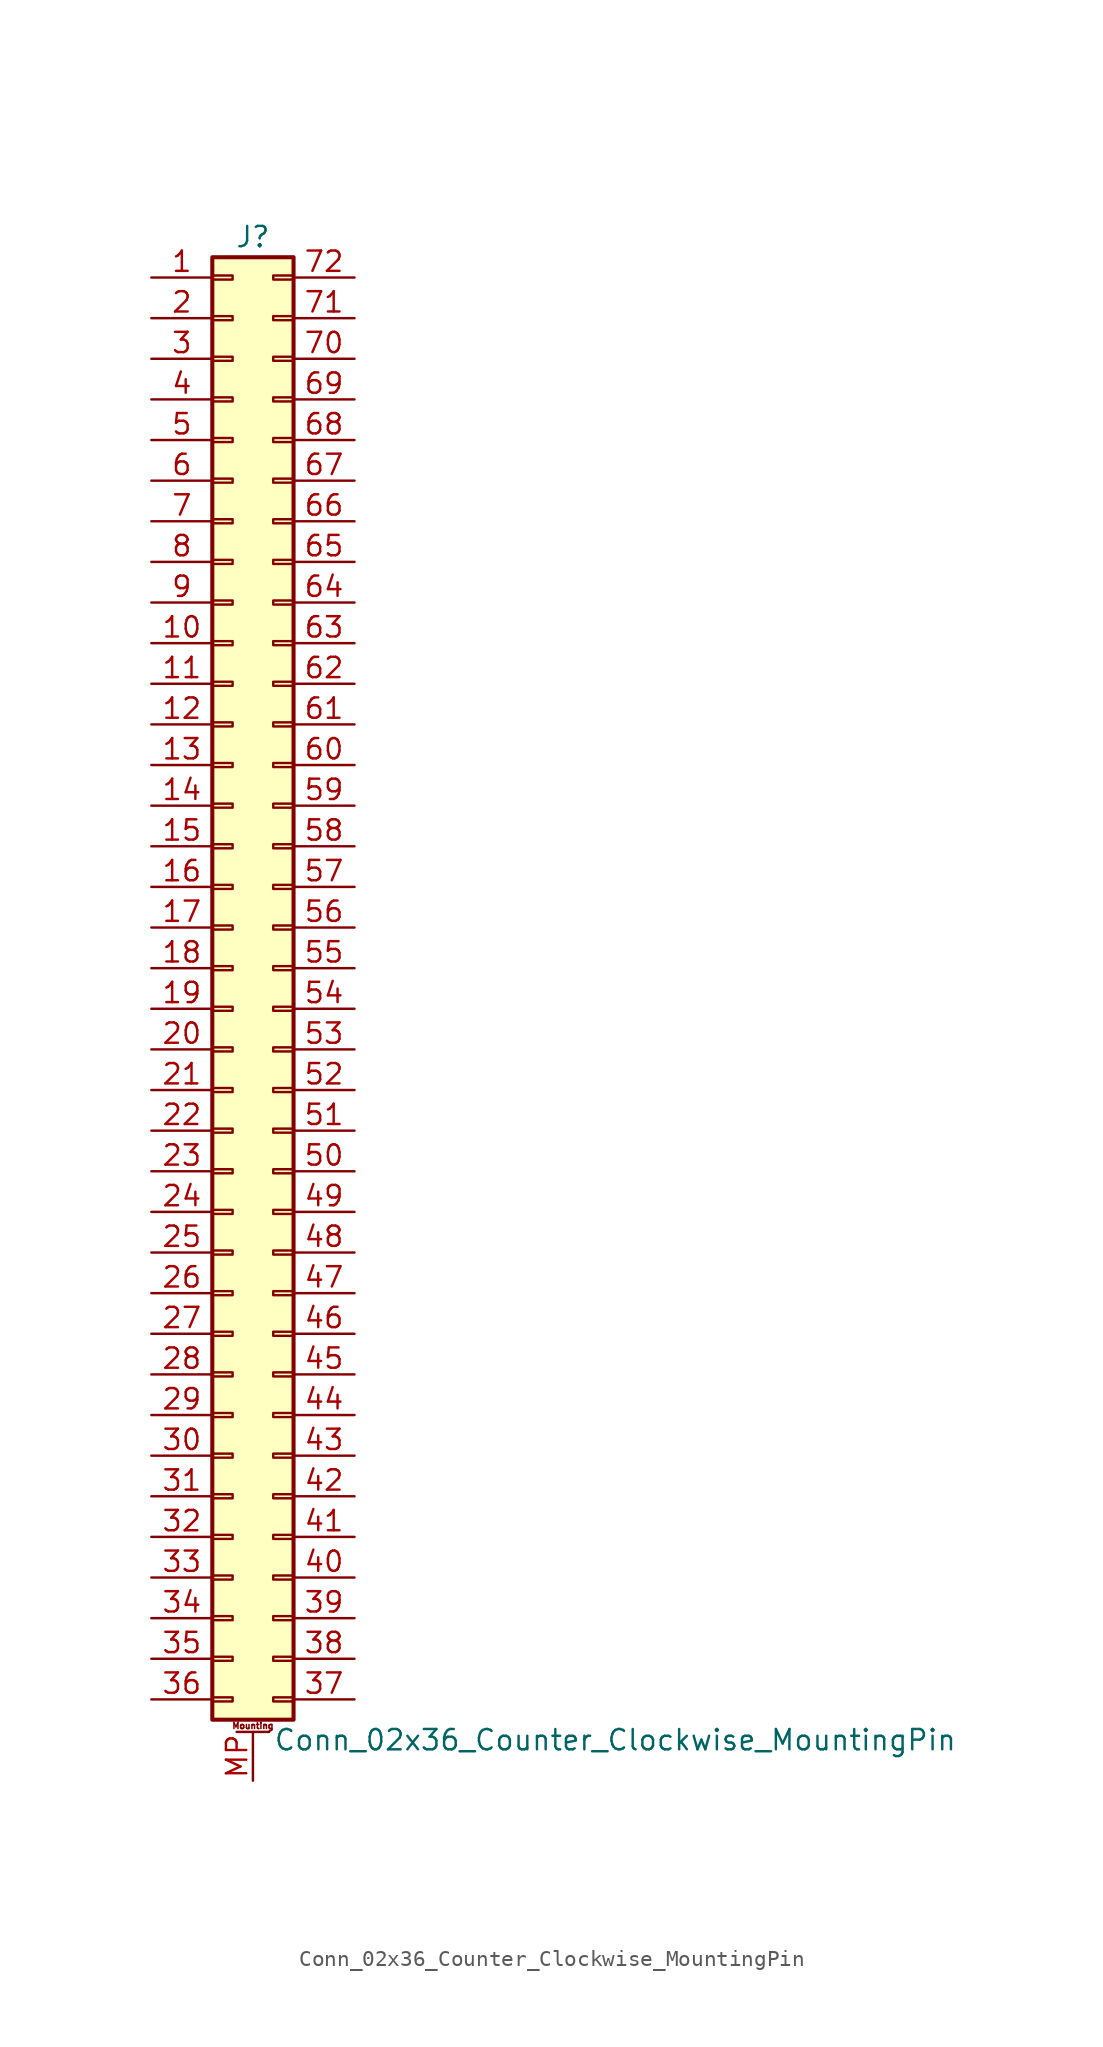
<source format=kicad_sym>
(kicad_symbol_lib
  (version 20211014)
  (generator kicad_symbol_editor)
  (symbol "Conn_02x36_Counter_Clockwise_MountingPin"
    (pin_names
      (offset 1.016) hide)
    (property "Reference" "J"
      (at 1.27 45.72 0)
      (effects (font (size 1.27 1.27))))
    (property "Value" "Conn_02x36_Counter_Clockwise_MountingPin"
      (at 2.54 -48.26 0)
      (effects (font (size 1.27 1.27)) (justify left)))
    (symbol "Conn_02x36_Counter_Clockwise_MountingPin_1_1"
      (rectangle (start -1.27 -45.593) (end 0 -45.847) (stroke (width 0.152) (type default) (color 0 0 0 0)) (fill (type none)))
      (rectangle (start -1.27 -43.053) (end 0 -43.307) (stroke (width 0.152) (type default) (color 0 0 0 0)) (fill (type none)))
      (rectangle (start -1.27 -40.513) (end 0 -40.767) (stroke (width 0.152) (type default) (color 0 0 0 0)) (fill (type none)))
      (rectangle (start -1.27 -37.973) (end 0 -38.227) (stroke (width 0.152) (type default) (color 0 0 0 0)) (fill (type none)))
      (rectangle (start -1.27 -35.433) (end 0 -35.687) (stroke (width 0.152) (type default) (color 0 0 0 0)) (fill (type none)))
      (rectangle (start -1.27 -32.893) (end 0 -33.147) (stroke (width 0.152) (type default) (color 0 0 0 0)) (fill (type none)))
      (rectangle (start -1.27 -30.353) (end 0 -30.607) (stroke (width 0.152) (type default) (color 0 0 0 0)) (fill (type none)))
      (rectangle (start -1.27 -27.813) (end 0 -28.067) (stroke (width 0.152) (type default) (color 0 0 0 0)) (fill (type none)))
      (rectangle (start -1.27 -25.273) (end 0 -25.527) (stroke (width 0.152) (type default) (color 0 0 0 0)) (fill (type none)))
      (rectangle (start -1.27 -22.733) (end 0 -22.987) (stroke (width 0.152) (type default) (color 0 0 0 0)) (fill (type none)))
      (rectangle (start -1.27 -20.193) (end 0 -20.447) (stroke (width 0.152) (type default) (color 0 0 0 0)) (fill (type none)))
      (rectangle (start -1.27 -17.653) (end 0 -17.907) (stroke (width 0.152) (type default) (color 0 0 0 0)) (fill (type none)))
      (rectangle (start -1.27 -15.113) (end 0 -15.367) (stroke (width 0.152) (type default) (color 0 0 0 0)) (fill (type none)))
      (rectangle (start -1.27 -12.573) (end 0 -12.827) (stroke (width 0.152) (type default) (color 0 0 0 0)) (fill (type none)))
      (rectangle (start -1.27 -10.033) (end 0 -10.287) (stroke (width 0.152) (type default) (color 0 0 0 0)) (fill (type none)))
      (rectangle (start -1.27 -7.493) (end 0 -7.747) (stroke (width 0.152) (type default) (color 0 0 0 0)) (fill (type none)))
      (rectangle (start -1.27 -4.953) (end 0 -5.207) (stroke (width 0.152) (type default) (color 0 0 0 0)) (fill (type none)))
      (rectangle (start -1.27 -2.413) (end 0 -2.667) (stroke (width 0.152) (type default) (color 0 0 0 0)) (fill (type none)))
      (rectangle (start -1.27 0.127) (end 0 -0.127) (stroke (width 0.152) (type default) (color 0 0 0 0)) (fill (type none)))
      (rectangle (start -1.27 2.667) (end 0 2.413) (stroke (width 0.152) (type default) (color 0 0 0 0)) (fill (type none)))
      (rectangle (start -1.27 5.207) (end 0 4.953) (stroke (width 0.152) (type default) (color 0 0 0 0)) (fill (type none)))
      (rectangle (start -1.27 7.747) (end 0 7.493) (stroke (width 0.152) (type default) (color 0 0 0 0)) (fill (type none)))
      (rectangle (start -1.27 10.287) (end 0 10.033) (stroke (width 0.152) (type default) (color 0 0 0 0)) (fill (type none)))
      (rectangle (start -1.27 12.827) (end 0 12.573) (stroke (width 0.152) (type default) (color 0 0 0 0)) (fill (type none)))
      (rectangle (start -1.27 15.367) (end 0 15.113) (stroke (width 0.152) (type default) (color 0 0 0 0)) (fill (type none)))
      (rectangle (start -1.27 17.907) (end 0 17.653) (stroke (width 0.152) (type default) (color 0 0 0 0)) (fill (type none)))
      (rectangle (start -1.27 20.447) (end 0 20.193) (stroke (width 0.152) (type default) (color 0 0 0 0)) (fill (type none)))
      (rectangle (start -1.27 22.987) (end 0 22.733) (stroke (width 0.152) (type default) (color 0 0 0 0)) (fill (type none)))
      (rectangle (start -1.27 25.527) (end 0 25.273) (stroke (width 0.152) (type default) (color 0 0 0 0)) (fill (type none)))
      (rectangle (start -1.27 28.067) (end 0 27.813) (stroke (width 0.152) (type default) (color 0 0 0 0)) (fill (type none)))
      (rectangle (start -1.27 30.607) (end 0 30.353) (stroke (width 0.152) (type default) (color 0 0 0 0)) (fill (type none)))
      (rectangle (start -1.27 33.147) (end 0 32.893) (stroke (width 0.152) (type default) (color 0 0 0 0)) (fill (type none)))
      (rectangle (start -1.27 35.687) (end 0 35.433) (stroke (width 0.152) (type default) (color 0 0 0 0)) (fill (type none)))
      (rectangle (start -1.27 38.227) (end 0 37.973) (stroke (width 0.152) (type default) (color 0 0 0 0)) (fill (type none)))
      (rectangle (start -1.27 40.767) (end 0 40.513) (stroke (width 0.152) (type default) (color 0 0 0 0)) (fill (type none)))
      (rectangle (start -1.27 43.307) (end 0 43.053) (stroke (width 0.152) (type default) (color 0 0 0 0)) (fill (type none)))
      (rectangle (start -1.27 44.45) (end 3.81 -46.99) (stroke (width 0.254) (type default) (color 0 0 0 0)) (fill (type background)))
      (polyline (pts (xy 0.254 -47.752) (xy 2.286 -47.752)) (stroke (width 0.152) (type default) (color 0 0 0 0)) (fill (type none)))
      (rectangle (start 3.81 -45.593) (end 2.54 -45.847) (stroke (width 0.152) (type default) (color 0 0 0 0)) (fill (type none)))
      (rectangle (start 3.81 -43.053) (end 2.54 -43.307) (stroke (width 0.152) (type default) (color 0 0 0 0)) (fill (type none)))
      (rectangle (start 3.81 -40.513) (end 2.54 -40.767) (stroke (width 0.152) (type default) (color 0 0 0 0)) (fill (type none)))
      (rectangle (start 3.81 -37.973) (end 2.54 -38.227) (stroke (width 0.152) (type default) (color 0 0 0 0)) (fill (type none)))
      (rectangle (start 3.81 -35.433) (end 2.54 -35.687) (stroke (width 0.152) (type default) (color 0 0 0 0)) (fill (type none)))
      (rectangle (start 3.81 -32.893) (end 2.54 -33.147) (stroke (width 0.152) (type default) (color 0 0 0 0)) (fill (type none)))
      (rectangle (start 3.81 -30.353) (end 2.54 -30.607) (stroke (width 0.152) (type default) (color 0 0 0 0)) (fill (type none)))
      (rectangle (start 3.81 -27.813) (end 2.54 -28.067) (stroke (width 0.152) (type default) (color 0 0 0 0)) (fill (type none)))
      (rectangle (start 3.81 -25.273) (end 2.54 -25.527) (stroke (width 0.152) (type default) (color 0 0 0 0)) (fill (type none)))
      (rectangle (start 3.81 -22.733) (end 2.54 -22.987) (stroke (width 0.152) (type default) (color 0 0 0 0)) (fill (type none)))
      (rectangle (start 3.81 -20.193) (end 2.54 -20.447) (stroke (width 0.152) (type default) (color 0 0 0 0)) (fill (type none)))
      (rectangle (start 3.81 -17.653) (end 2.54 -17.907) (stroke (width 0.152) (type default) (color 0 0 0 0)) (fill (type none)))
      (rectangle (start 3.81 -15.113) (end 2.54 -15.367) (stroke (width 0.152) (type default) (color 0 0 0 0)) (fill (type none)))
      (rectangle (start 3.81 -12.573) (end 2.54 -12.827) (stroke (width 0.152) (type default) (color 0 0 0 0)) (fill (type none)))
      (rectangle (start 3.81 -10.033) (end 2.54 -10.287) (stroke (width 0.152) (type default) (color 0 0 0 0)) (fill (type none)))
      (rectangle (start 3.81 -7.493) (end 2.54 -7.747) (stroke (width 0.152) (type default) (color 0 0 0 0)) (fill (type none)))
      (rectangle (start 3.81 -4.953) (end 2.54 -5.207) (stroke (width 0.152) (type default) (color 0 0 0 0)) (fill (type none)))
      (rectangle (start 3.81 -2.413) (end 2.54 -2.667) (stroke (width 0.152) (type default) (color 0 0 0 0)) (fill (type none)))
      (rectangle (start 3.81 0.127) (end 2.54 -0.127) (stroke (width 0.152) (type default) (color 0 0 0 0)) (fill (type none)))
      (rectangle (start 3.81 2.667) (end 2.54 2.413) (stroke (width 0.152) (type default) (color 0 0 0 0)) (fill (type none)))
      (rectangle (start 3.81 5.207) (end 2.54 4.953) (stroke (width 0.152) (type default) (color 0 0 0 0)) (fill (type none)))
      (rectangle (start 3.81 7.747) (end 2.54 7.493) (stroke (width 0.152) (type default) (color 0 0 0 0)) (fill (type none)))
      (rectangle (start 3.81 10.287) (end 2.54 10.033) (stroke (width 0.152) (type default) (color 0 0 0 0)) (fill (type none)))
      (rectangle (start 3.81 12.827) (end 2.54 12.573) (stroke (width 0.152) (type default) (color 0 0 0 0)) (fill (type none)))
      (rectangle (start 3.81 15.367) (end 2.54 15.113) (stroke (width 0.152) (type default) (color 0 0 0 0)) (fill (type none)))
      (rectangle (start 3.81 17.907) (end 2.54 17.653) (stroke (width 0.152) (type default) (color 0 0 0 0)) (fill (type none)))
      (rectangle (start 3.81 20.447) (end 2.54 20.193) (stroke (width 0.152) (type default) (color 0 0 0 0)) (fill (type none)))
      (rectangle (start 3.81 22.987) (end 2.54 22.733) (stroke (width 0.152) (type default) (color 0 0 0 0)) (fill (type none)))
      (rectangle (start 3.81 25.527) (end 2.54 25.273) (stroke (width 0.152) (type default) (color 0 0 0 0)) (fill (type none)))
      (rectangle (start 3.81 28.067) (end 2.54 27.813) (stroke (width 0.152) (type default) (color 0 0 0 0)) (fill (type none)))
      (rectangle (start 3.81 30.607) (end 2.54 30.353) (stroke (width 0.152) (type default) (color 0 0 0 0)) (fill (type none)))
      (rectangle (start 3.81 33.147) (end 2.54 32.893) (stroke (width 0.152) (type default) (color 0 0 0 0)) (fill (type none)))
      (rectangle (start 3.81 35.687) (end 2.54 35.433) (stroke (width 0.152) (type default) (color 0 0 0 0)) (fill (type none)))
      (rectangle (start 3.81 38.227) (end 2.54 37.973) (stroke (width 0.152) (type default) (color 0 0 0 0)) (fill (type none)))
      (rectangle (start 3.81 40.767) (end 2.54 40.513) (stroke (width 0.152) (type default) (color 0 0 0 0)) (fill (type none)))
      (rectangle (start 3.81 43.307) (end 2.54 43.053) (stroke (width 0.152) (type default) (color 0 0 0 0)) (fill (type none)))
      (text "Mounting" (at 1.27 -47.371 0) (effects (font (size 0.381 0.381))))
      (pin passive line (at -5.08 43.18 0) (length 3.81) (name "Pin_1" (effects (font (size 1.27 1.27)))) (number "1" (effects (font (size 1.27 1.27)))))
      (pin passive line (at -5.08 20.32 0) (length 3.81) (name "Pin_10" (effects (font (size 1.27 1.27)))) (number "10" (effects (font (size 1.27 1.27)))))
      (pin passive line (at -5.08 17.78 0) (length 3.81) (name "Pin_11" (effects (font (size 1.27 1.27)))) (number "11" (effects (font (size 1.27 1.27)))))
      (pin passive line (at -5.08 15.24 0) (length 3.81) (name "Pin_12" (effects (font (size 1.27 1.27)))) (number "12" (effects (font (size 1.27 1.27)))))
      (pin passive line (at -5.08 12.7 0) (length 3.81) (name "Pin_13" (effects (font (size 1.27 1.27)))) (number "13" (effects (font (size 1.27 1.27)))))
      (pin passive line (at -5.08 10.16 0) (length 3.81) (name "Pin_14" (effects (font (size 1.27 1.27)))) (number "14" (effects (font (size 1.27 1.27)))))
      (pin passive line (at -5.08 7.62 0) (length 3.81) (name "Pin_15" (effects (font (size 1.27 1.27)))) (number "15" (effects (font (size 1.27 1.27)))))
      (pin passive line (at -5.08 5.08 0) (length 3.81) (name "Pin_16" (effects (font (size 1.27 1.27)))) (number "16" (effects (font (size 1.27 1.27)))))
      (pin passive line (at -5.08 2.54 0) (length 3.81) (name "Pin_17" (effects (font (size 1.27 1.27)))) (number "17" (effects (font (size 1.27 1.27)))))
      (pin passive line (at -5.08 0 0) (length 3.81) (name "Pin_18" (effects (font (size 1.27 1.27)))) (number "18" (effects (font (size 1.27 1.27)))))
      (pin passive line (at -5.08 -2.54 0) (length 3.81) (name "Pin_19" (effects (font (size 1.27 1.27)))) (number "19" (effects (font (size 1.27 1.27)))))
      (pin passive line (at -5.08 40.64 0) (length 3.81) (name "Pin_2" (effects (font (size 1.27 1.27)))) (number "2" (effects (font (size 1.27 1.27)))))
      (pin passive line (at -5.08 -5.08 0) (length 3.81) (name "Pin_20" (effects (font (size 1.27 1.27)))) (number "20" (effects (font (size 1.27 1.27)))))
      (pin passive line (at -5.08 -7.62 0) (length 3.81) (name "Pin_21" (effects (font (size 1.27 1.27)))) (number "21" (effects (font (size 1.27 1.27)))))
      (pin passive line (at -5.08 -10.16 0) (length 3.81) (name "Pin_22" (effects (font (size 1.27 1.27)))) (number "22" (effects (font (size 1.27 1.27)))))
      (pin passive line (at -5.08 -12.7 0) (length 3.81) (name "Pin_23" (effects (font (size 1.27 1.27)))) (number "23" (effects (font (size 1.27 1.27)))))
      (pin passive line (at -5.08 -15.24 0) (length 3.81) (name "Pin_24" (effects (font (size 1.27 1.27)))) (number "24" (effects (font (size 1.27 1.27)))))
      (pin passive line (at -5.08 -17.78 0) (length 3.81) (name "Pin_25" (effects (font (size 1.27 1.27)))) (number "25" (effects (font (size 1.27 1.27)))))
      (pin passive line (at -5.08 -20.32 0) (length 3.81) (name "Pin_26" (effects (font (size 1.27 1.27)))) (number "26" (effects (font (size 1.27 1.27)))))
      (pin passive line (at -5.08 -22.86 0) (length 3.81) (name "Pin_27" (effects (font (size 1.27 1.27)))) (number "27" (effects (font (size 1.27 1.27)))))
      (pin passive line (at -5.08 -25.4 0) (length 3.81) (name "Pin_28" (effects (font (size 1.27 1.27)))) (number "28" (effects (font (size 1.27 1.27)))))
      (pin passive line (at -5.08 -27.94 0) (length 3.81) (name "Pin_29" (effects (font (size 1.27 1.27)))) (number "29" (effects (font (size 1.27 1.27)))))
      (pin passive line (at -5.08 38.1 0) (length 3.81) (name "Pin_3" (effects (font (size 1.27 1.27)))) (number "3" (effects (font (size 1.27 1.27)))))
      (pin passive line (at -5.08 -30.48 0) (length 3.81) (name "Pin_30" (effects (font (size 1.27 1.27)))) (number "30" (effects (font (size 1.27 1.27)))))
      (pin passive line (at -5.08 -33.02 0) (length 3.81) (name "Pin_31" (effects (font (size 1.27 1.27)))) (number "31" (effects (font (size 1.27 1.27)))))
      (pin passive line (at -5.08 -35.56 0) (length 3.81) (name "Pin_32" (effects (font (size 1.27 1.27)))) (number "32" (effects (font (size 1.27 1.27)))))
      (pin passive line (at -5.08 -38.1 0) (length 3.81) (name "Pin_33" (effects (font (size 1.27 1.27)))) (number "33" (effects (font (size 1.27 1.27)))))
      (pin passive line (at -5.08 -40.64 0) (length 3.81) (name "Pin_34" (effects (font (size 1.27 1.27)))) (number "34" (effects (font (size 1.27 1.27)))))
      (pin passive line (at -5.08 -43.18 0) (length 3.81) (name "Pin_35" (effects (font (size 1.27 1.27)))) (number "35" (effects (font (size 1.27 1.27)))))
      (pin passive line (at -5.08 -45.72 0) (length 3.81) (name "Pin_36" (effects (font (size 1.27 1.27)))) (number "36" (effects (font (size 1.27 1.27)))))
      (pin passive line (at 7.62 -45.72 180) (length 3.81) (name "Pin_37" (effects (font (size 1.27 1.27)))) (number "37" (effects (font (size 1.27 1.27)))))
      (pin passive line (at 7.62 -43.18 180) (length 3.81) (name "Pin_38" (effects (font (size 1.27 1.27)))) (number "38" (effects (font (size 1.27 1.27)))))
      (pin passive line (at 7.62 -40.64 180) (length 3.81) (name "Pin_39" (effects (font (size 1.27 1.27)))) (number "39" (effects (font (size 1.27 1.27)))))
      (pin passive line (at -5.08 35.56 0) (length 3.81) (name "Pin_4" (effects (font (size 1.27 1.27)))) (number "4" (effects (font (size 1.27 1.27)))))
      (pin passive line (at 7.62 -38.1 180) (length 3.81) (name "Pin_40" (effects (font (size 1.27 1.27)))) (number "40" (effects (font (size 1.27 1.27)))))
      (pin passive line (at 7.62 -35.56 180) (length 3.81) (name "Pin_41" (effects (font (size 1.27 1.27)))) (number "41" (effects (font (size 1.27 1.27)))))
      (pin passive line (at 7.62 -33.02 180) (length 3.81) (name "Pin_42" (effects (font (size 1.27 1.27)))) (number "42" (effects (font (size 1.27 1.27)))))
      (pin passive line (at 7.62 -30.48 180) (length 3.81) (name "Pin_43" (effects (font (size 1.27 1.27)))) (number "43" (effects (font (size 1.27 1.27)))))
      (pin passive line (at 7.62 -27.94 180) (length 3.81) (name "Pin_44" (effects (font (size 1.27 1.27)))) (number "44" (effects (font (size 1.27 1.27)))))
      (pin passive line (at 7.62 -25.4 180) (length 3.81) (name "Pin_45" (effects (font (size 1.27 1.27)))) (number "45" (effects (font (size 1.27 1.27)))))
      (pin passive line (at 7.62 -22.86 180) (length 3.81) (name "Pin_46" (effects (font (size 1.27 1.27)))) (number "46" (effects (font (size 1.27 1.27)))))
      (pin passive line (at 7.62 -20.32 180) (length 3.81) (name "Pin_47" (effects (font (size 1.27 1.27)))) (number "47" (effects (font (size 1.27 1.27)))))
      (pin passive line (at 7.62 -17.78 180) (length 3.81) (name "Pin_48" (effects (font (size 1.27 1.27)))) (number "48" (effects (font (size 1.27 1.27)))))
      (pin passive line (at 7.62 -15.24 180) (length 3.81) (name "Pin_49" (effects (font (size 1.27 1.27)))) (number "49" (effects (font (size 1.27 1.27)))))
      (pin passive line (at -5.08 33.02 0) (length 3.81) (name "Pin_5" (effects (font (size 1.27 1.27)))) (number "5" (effects (font (size 1.27 1.27)))))
      (pin passive line (at 7.62 -12.7 180) (length 3.81) (name "Pin_50" (effects (font (size 1.27 1.27)))) (number "50" (effects (font (size 1.27 1.27)))))
      (pin passive line (at 7.62 -10.16 180) (length 3.81) (name "Pin_51" (effects (font (size 1.27 1.27)))) (number "51" (effects (font (size 1.27 1.27)))))
      (pin passive line (at 7.62 -7.62 180) (length 3.81) (name "Pin_52" (effects (font (size 1.27 1.27)))) (number "52" (effects (font (size 1.27 1.27)))))
      (pin passive line (at 7.62 -5.08 180) (length 3.81) (name "Pin_53" (effects (font (size 1.27 1.27)))) (number "53" (effects (font (size 1.27 1.27)))))
      (pin passive line (at 7.62 -2.54 180) (length 3.81) (name "Pin_54" (effects (font (size 1.27 1.27)))) (number "54" (effects (font (size 1.27 1.27)))))
      (pin passive line (at 7.62 0 180) (length 3.81) (name "Pin_55" (effects (font (size 1.27 1.27)))) (number "55" (effects (font (size 1.27 1.27)))))
      (pin passive line (at 7.62 2.54 180) (length 3.81) (name "Pin_56" (effects (font (size 1.27 1.27)))) (number "56" (effects (font (size 1.27 1.27)))))
      (pin passive line (at 7.62 5.08 180) (length 3.81) (name "Pin_57" (effects (font (size 1.27 1.27)))) (number "57" (effects (font (size 1.27 1.27)))))
      (pin passive line (at 7.62 7.62 180) (length 3.81) (name "Pin_58" (effects (font (size 1.27 1.27)))) (number "58" (effects (font (size 1.27 1.27)))))
      (pin passive line (at 7.62 10.16 180) (length 3.81) (name "Pin_59" (effects (font (size 1.27 1.27)))) (number "59" (effects (font (size 1.27 1.27)))))
      (pin passive line (at -5.08 30.48 0) (length 3.81) (name "Pin_6" (effects (font (size 1.27 1.27)))) (number "6" (effects (font (size 1.27 1.27)))))
      (pin passive line (at 7.62 12.7 180) (length 3.81) (name "Pin_60" (effects (font (size 1.27 1.27)))) (number "60" (effects (font (size 1.27 1.27)))))
      (pin passive line (at 7.62 15.24 180) (length 3.81) (name "Pin_61" (effects (font (size 1.27 1.27)))) (number "61" (effects (font (size 1.27 1.27)))))
      (pin passive line (at 7.62 17.78 180) (length 3.81) (name "Pin_62" (effects (font (size 1.27 1.27)))) (number "62" (effects (font (size 1.27 1.27)))))
      (pin passive line (at 7.62 20.32 180) (length 3.81) (name "Pin_63" (effects (font (size 1.27 1.27)))) (number "63" (effects (font (size 1.27 1.27)))))
      (pin passive line (at 7.62 22.86 180) (length 3.81) (name "Pin_64" (effects (font (size 1.27 1.27)))) (number "64" (effects (font (size 1.27 1.27)))))
      (pin passive line (at 7.62 25.4 180) (length 3.81) (name "Pin_65" (effects (font (size 1.27 1.27)))) (number "65" (effects (font (size 1.27 1.27)))))
      (pin passive line (at 7.62 27.94 180) (length 3.81) (name "Pin_66" (effects (font (size 1.27 1.27)))) (number "66" (effects (font (size 1.27 1.27)))))
      (pin passive line (at 7.62 30.48 180) (length 3.81) (name "Pin_67" (effects (font (size 1.27 1.27)))) (number "67" (effects (font (size 1.27 1.27)))))
      (pin passive line (at 7.62 33.02 180) (length 3.81) (name "Pin_68" (effects (font (size 1.27 1.27)))) (number "68" (effects (font (size 1.27 1.27)))))
      (pin passive line (at 7.62 35.56 180) (length 3.81) (name "Pin_69" (effects (font (size 1.27 1.27)))) (number "69" (effects (font (size 1.27 1.27)))))
      (pin passive line (at -5.08 27.94 0) (length 3.81) (name "Pin_7" (effects (font (size 1.27 1.27)))) (number "7" (effects (font (size 1.27 1.27)))))
      (pin passive line (at 7.62 38.1 180) (length 3.81) (name "Pin_70" (effects (font (size 1.27 1.27)))) (number "70" (effects (font (size 1.27 1.27)))))
      (pin passive line (at 7.62 40.64 180) (length 3.81) (name "Pin_71" (effects (font (size 1.27 1.27)))) (number "71" (effects (font (size 1.27 1.27)))))
      (pin passive line (at 7.62 43.18 180) (length 3.81) (name "Pin_72" (effects (font (size 1.27 1.27)))) (number "72" (effects (font (size 1.27 1.27)))))
      (pin passive line (at -5.08 25.4 0) (length 3.81) (name "Pin_8" (effects (font (size 1.27 1.27)))) (number "8" (effects (font (size 1.27 1.27)))))
      (pin passive line (at -5.08 22.86 0) (length 3.81) (name "Pin_9" (effects (font (size 1.27 1.27)))) (number "9" (effects (font (size 1.27 1.27)))))
      (pin passive line (at 1.27 -50.8 90) (length 3.048) (name "MountPin" (effects (font (size 1.27 1.27)))) (number "MP" (effects (font (size 1.27 1.27))))))))
</source>
